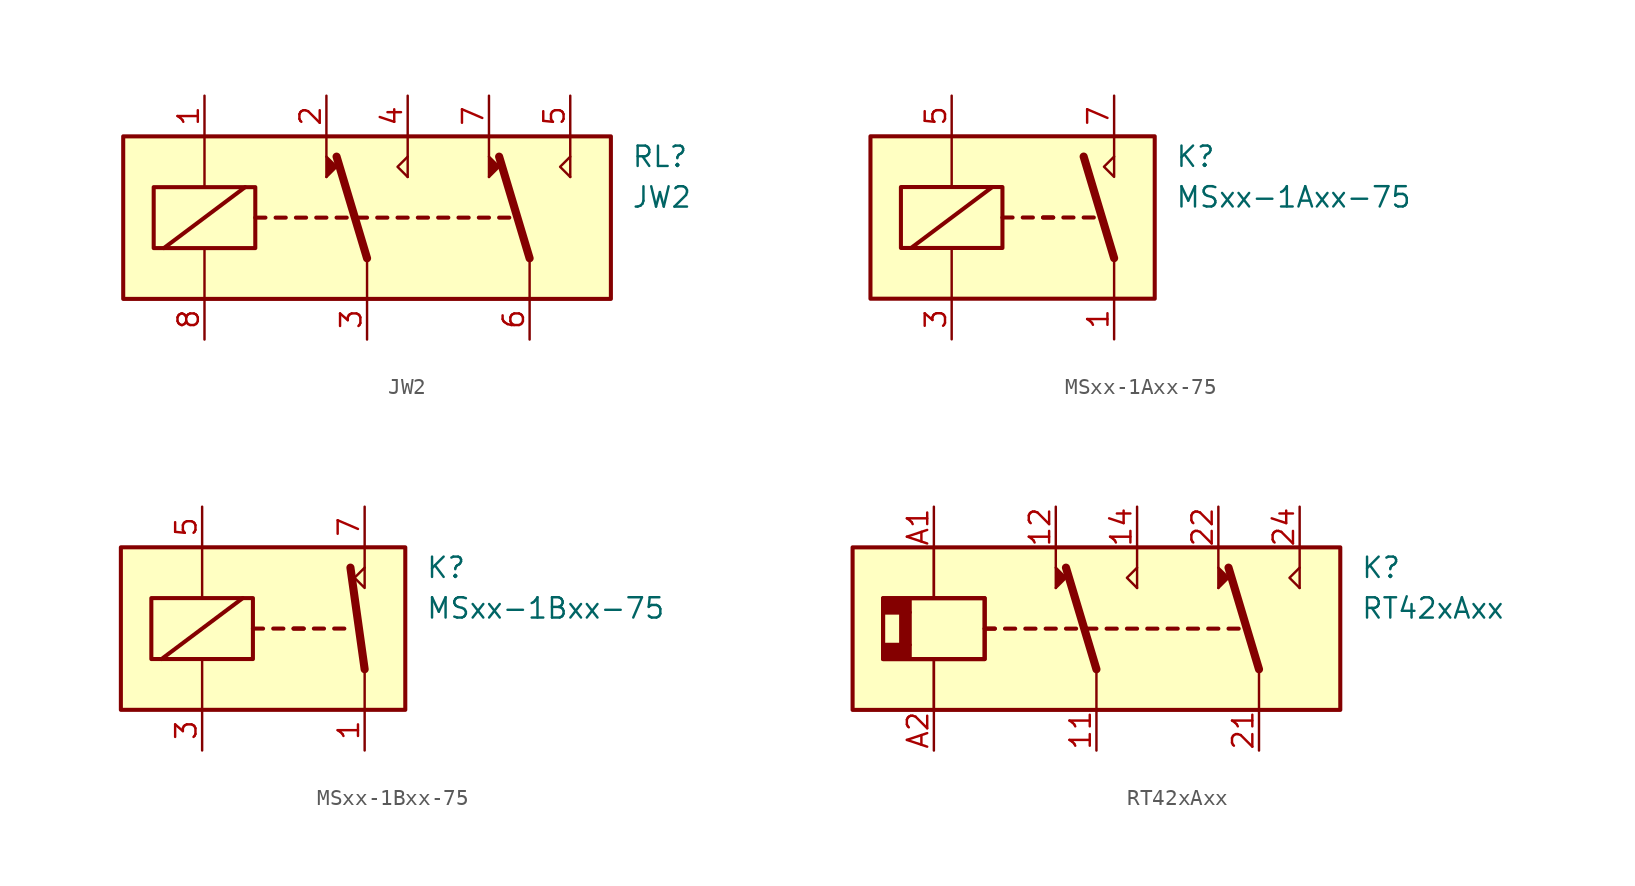
<source format=kicad_sym>
(kicad_symbol_lib
  (version 20201005)
  (generator kicad_symbol_editor)
  (symbol "JW2"
    (pin_names
      (offset 1.016))
    (property "Reference" "RL"
      (at 16.51 3.81 0)
      (effects (font (size 1.27 1.27)) (justify left)))
    (property "Value" "JW2"
      (at 16.51 1.27 0)
      (effects (font (size 1.27 1.27)) (justify left)))
    (symbol "JW2_0_1"
      (rectangle (start -15.24 5.08) (end 15.24 -5.08) (stroke (width 0.254)) (fill (type background)))
      (rectangle (start -13.335 1.905) (end -6.985 -1.905) (stroke (width 0.254)) (fill (type none)))
      (polyline (pts (xy -12.7 -1.905) (xy -7.62 1.905)) (stroke (width 0.254)) (fill (type none)))
      (polyline (pts (xy -10.16 -5.08) (xy -10.16 -1.905)) (stroke (width 0)) (fill (type none)))
      (polyline (pts (xy -10.16 5.08) (xy -10.16 1.905)) (stroke (width 0)) (fill (type none)))
      (polyline (pts (xy -6.985 0) (xy -6.35 0)) (stroke (width 0.254)) (fill (type none)))
      (polyline (pts (xy -5.715 0) (xy -5.08 0)) (stroke (width 0.254)) (fill (type none)))
      (polyline (pts (xy -4.445 0) (xy -3.81 0)) (stroke (width 0.254)) (fill (type none)))
      (polyline (pts (xy -3.175 0) (xy -2.54 0)) (stroke (width 0.254)) (fill (type none)))
      (polyline (pts (xy -2.54 2.54) (xy -2.54 5.08)) (stroke (width 0)) (fill (type none)))
      (polyline (pts (xy -1.905 0) (xy -1.27 0)) (stroke (width 0.254)) (fill (type none)))
      (polyline (pts (xy -0.635 0) (xy 0 0)) (stroke (width 0.254)) (fill (type none)))
      (polyline (pts (xy 0 -2.54) (xy -1.905 3.81)) (stroke (width 0.508)) (fill (type none)))
      (polyline (pts (xy 0 -2.54) (xy 0 -5.08)) (stroke (width 0)) (fill (type none)))
      (polyline (pts (xy 0.635 0) (xy 1.27 0)) (stroke (width 0.254)) (fill (type none)))
      (polyline (pts (xy 1.905 0) (xy 2.54 0)) (stroke (width 0.254)) (fill (type none)))
      (polyline (pts (xy 2.54 2.54) (xy 2.54 5.08)) (stroke (width 0)) (fill (type none)))
      (polyline (pts (xy 3.175 0) (xy 3.81 0)) (stroke (width 0.254)) (fill (type none)))
      (polyline (pts (xy 4.445 0) (xy 5.08 0)) (stroke (width 0.254)) (fill (type none)))
      (polyline (pts (xy 5.715 0) (xy 6.35 0)) (stroke (width 0.254)) (fill (type none)))
      (polyline (pts (xy 6.985 0) (xy 7.62 0)) (stroke (width 0.254)) (fill (type none)))
      (polyline (pts (xy 7.62 2.54) (xy 7.62 5.08)) (stroke (width 0)) (fill (type none)))
      (polyline (pts (xy 8.255 0) (xy 8.89 0)) (stroke (width 0.254)) (fill (type none)))
      (polyline (pts (xy 10.16 -2.54) (xy 8.255 3.81)) (stroke (width 0.508)) (fill (type none)))
      (polyline (pts (xy 10.16 -2.54) (xy 10.16 -5.08)) (stroke (width 0)) (fill (type none)))
      (polyline (pts (xy 12.7 2.54) (xy 12.7 5.08)) (stroke (width 0)) (fill (type none)))
      (polyline (pts (xy -2.54 2.54) (xy -1.905 3.175) (xy -2.54 3.81)) (stroke (width 0)) (fill (type outline)))
      (polyline (pts (xy 2.54 2.54) (xy 1.905 3.175) (xy 2.54 3.81)) (stroke (width 0)) (fill (type none)))
      (polyline (pts (xy 7.62 2.54) (xy 8.255 3.175) (xy 7.62 3.81)) (stroke (width 0)) (fill (type outline)))
      (polyline (pts (xy 12.7 2.54) (xy 12.065 3.175) (xy 12.7 3.81)) (stroke (width 0)) (fill (type none))))
    (symbol "JW2_1_1"
      (pin passive line (at -10.16 7.62 270) (length 2.54) (name "~" (effects (font (size 1.27 1.27)))) (number "1" (effects (font (size 1.27 1.27)))))
      (pin passive line (at -2.54 7.62 270) (length 2.54) (name "~" (effects (font (size 1.27 1.27)))) (number "2" (effects (font (size 1.27 1.27)))))
      (pin passive line (at 0 -7.62 90) (length 2.54) (name "~" (effects (font (size 1.27 1.27)))) (number "3" (effects (font (size 1.27 1.27)))))
      (pin passive line (at 2.54 7.62 270) (length 2.54) (name "~" (effects (font (size 1.27 1.27)))) (number "4" (effects (font (size 1.27 1.27)))))
      (pin passive line (at 12.7 7.62 270) (length 2.54) (name "~" (effects (font (size 1.27 1.27)))) (number "5" (effects (font (size 1.27 1.27)))))
      (pin passive line (at 10.16 -7.62 90) (length 2.54) (name "~" (effects (font (size 1.27 1.27)))) (number "6" (effects (font (size 1.27 1.27)))))
      (pin passive line (at 7.62 7.62 270) (length 2.54) (name "~" (effects (font (size 1.27 1.27)))) (number "7" (effects (font (size 1.27 1.27)))))
      (pin passive line (at -10.16 -7.62 90) (length 2.54) (name "~" (effects (font (size 1.27 1.27)))) (number "8" (effects (font (size 1.27 1.27)))))))
  (symbol "MSxx-1Axx-75"
    (pin_names
      (offset 1.016))
    (property "Reference" "K"
      (at 8.89 3.81 0)
      (effects (font (size 1.27 1.27)) (justify left)))
    (property "Value" "MSxx-1Axx-75"
      (at 8.89 1.27 0)
      (effects (font (size 1.27 1.27)) (justify left)))
    (symbol "MSxx-1Axx-75_0_0"
      (polyline (pts (xy 5.08 3.81) (xy 5.08 5.08)) (stroke (width 0)) (fill (type none)))
      (polyline (pts (xy 5.08 3.81) (xy 5.08 2.54) (xy 4.445 3.175) (xy 5.08 3.81)) (stroke (width 0)) (fill (type none))))
    (symbol "MSxx-1Axx-75_0_1"
      (rectangle (start -10.16 5.08) (end 7.62 -5.08) (stroke (width 0.254)) (fill (type background)))
      (rectangle (start -8.255 1.905) (end -1.905 -1.905) (stroke (width 0.254)) (fill (type none)))
      (polyline (pts (xy -7.62 -1.905) (xy -2.54 1.905)) (stroke (width 0.254)) (fill (type none)))
      (polyline (pts (xy -5.08 -5.08) (xy -5.08 -1.905)) (stroke (width 0)) (fill (type none)))
      (polyline (pts (xy -5.08 5.08) (xy -5.08 1.905)) (stroke (width 0)) (fill (type none)))
      (polyline (pts (xy -1.905 0) (xy -1.27 0)) (stroke (width 0.254)) (fill (type none)))
      (polyline (pts (xy -0.635 0) (xy 0 0)) (stroke (width 0.254)) (fill (type none)))
      (polyline (pts (xy 0.635 0) (xy 1.27 0)) (stroke (width 0.254)) (fill (type none)))
      (polyline (pts (xy 0.635 0) (xy 1.27 0)) (stroke (width 0.254)) (fill (type none)))
      (polyline (pts (xy 1.905 0) (xy 2.54 0)) (stroke (width 0.254)) (fill (type none)))
      (polyline (pts (xy 3.175 0) (xy 3.81 0)) (stroke (width 0.254)) (fill (type none)))
      (polyline (pts (xy 5.08 -2.54) (xy 3.175 3.81)) (stroke (width 0.508)) (fill (type none)))
      (polyline (pts (xy 5.08 -2.54) (xy 5.08 -5.08)) (stroke (width 0)) (fill (type none))))
    (symbol "MSxx-1Axx-75_1_1"
      (pin passive line (at 5.08 -7.62 90) (length 2.54) (name "~" (effects (font (size 1.27 1.27)))) (number "1" (effects (font (size 1.27 1.27)))))
      (pin passive line (at -5.08 -7.62 90) (length 2.54) (name "~" (effects (font (size 1.27 1.27)))) (number "3" (effects (font (size 1.27 1.27)))))
      (pin passive line (at -5.08 7.62 270) (length 2.54) (name "~" (effects (font (size 1.27 1.27)))) (number "5" (effects (font (size 1.27 1.27)))))
      (pin passive line (at 5.08 7.62 270) (length 2.54) (name "~" (effects (font (size 1.27 1.27)))) (number "7" (effects (font (size 1.27 1.27)))))))
  (symbol "MSxx-1Bxx-75"
    (pin_names
      (offset 1.016))
    (property "Reference" "K"
      (at 8.89 3.81 0)
      (effects (font (size 1.27 1.27)) (justify left)))
    (property "Value" "MSxx-1Bxx-75"
      (at 8.89 1.27 0)
      (effects (font (size 1.27 1.27)) (justify left)))
    (symbol "MSxx-1Bxx-75_0_0"
      (polyline (pts (xy 5.08 3.81) (xy 5.08 5.08)) (stroke (width 0)) (fill (type none)))
      (polyline (pts (xy 5.08 3.81) (xy 5.08 2.54) (xy 4.445 3.175) (xy 5.08 3.81)) (stroke (width 0)) (fill (type none))))
    (symbol "MSxx-1Bxx-75_0_1"
      (rectangle (start -10.16 5.08) (end 7.62 -5.08) (stroke (width 0.254)) (fill (type background)))
      (rectangle (start -8.255 1.905) (end -1.905 -1.905) (stroke (width 0.254)) (fill (type none)))
      (polyline (pts (xy -7.62 -1.905) (xy -2.54 1.905)) (stroke (width 0.254)) (fill (type none)))
      (polyline (pts (xy -5.08 -5.08) (xy -5.08 -1.905)) (stroke (width 0)) (fill (type none)))
      (polyline (pts (xy -5.08 5.08) (xy -5.08 1.905)) (stroke (width 0)) (fill (type none)))
      (polyline (pts (xy -1.905 0) (xy -1.27 0)) (stroke (width 0.254)) (fill (type none)))
      (polyline (pts (xy -0.635 0) (xy 0 0)) (stroke (width 0.254)) (fill (type none)))
      (polyline (pts (xy 0.635 0) (xy 1.27 0)) (stroke (width 0.254)) (fill (type none)))
      (polyline (pts (xy 0.635 0) (xy 1.27 0)) (stroke (width 0.254)) (fill (type none)))
      (polyline (pts (xy 1.905 0) (xy 2.54 0)) (stroke (width 0.254)) (fill (type none)))
      (polyline (pts (xy 3.175 0) (xy 3.81 0)) (stroke (width 0.254)) (fill (type none)))
      (polyline (pts (xy 5.08 -2.54) (xy 4.191 3.81)) (stroke (width 0.508)) (fill (type none)))
      (polyline (pts (xy 5.08 -2.54) (xy 5.08 -5.08)) (stroke (width 0)) (fill (type none))))
    (symbol "MSxx-1Bxx-75_1_1"
      (pin passive line (at 5.08 -7.62 90) (length 2.54) (name "~" (effects (font (size 1.27 1.27)))) (number "1" (effects (font (size 1.27 1.27)))))
      (pin passive line (at -5.08 -7.62 90) (length 2.54) (name "~" (effects (font (size 1.27 1.27)))) (number "3" (effects (font (size 1.27 1.27)))))
      (pin passive line (at -5.08 7.62 270) (length 2.54) (name "~" (effects (font (size 1.27 1.27)))) (number "5" (effects (font (size 1.27 1.27)))))
      (pin passive line (at 5.08 7.62 270) (length 2.54) (name "~" (effects (font (size 1.27 1.27)))) (number "7" (effects (font (size 1.27 1.27)))))))
  (symbol "RT42xAxx"
    (pin_names
      (offset 1.016))
    (property "Reference" "K"
      (at 16.51 3.81 0)
      (effects (font (size 1.27 1.27)) (justify left)))
    (property "Value" "RT42xAxx"
      (at 16.51 1.27 0)
      (effects (font (size 1.27 1.27)) (justify left)))
    (symbol "RT42xAxx_0_1"
      (rectangle (start -15.24 5.08) (end 15.24 -5.08) (stroke (width 0.254)) (fill (type background)))
      (rectangle (start -13.335 1.905) (end -6.985 -1.905) (stroke (width 0.254)) (fill (type none)))
      (rectangle (start -13.335 1.905) (end -6.985 -1.905) (stroke (width 0.254)) (fill (type none)))
      (rectangle (start -13.208 -1.016) (end -11.684 -1.778) (stroke (width 0.254)) (fill (type outline)))
      (rectangle (start -13.208 -1.016) (end -11.684 -1.778) (stroke (width 0.254)) (fill (type outline)))
      (rectangle (start -13.208 1.778) (end -11.684 1.016) (stroke (width 0.254)) (fill (type outline)))
      (rectangle (start -13.208 1.778) (end -11.684 1.016) (stroke (width 0.254)) (fill (type outline)))
      (rectangle (start -12.192 -1.016) (end -11.684 1.016) (stroke (width 0.254)) (fill (type outline)))
      (rectangle (start -12.192 -1.016) (end -11.684 1.016) (stroke (width 0.254)) (fill (type outline)))
      (polyline (pts (xy -10.16 -5.08) (xy -10.16 -1.905)) (stroke (width 0)) (fill (type none)))
      (polyline (pts (xy -10.16 -5.08) (xy -10.16 -1.905)) (stroke (width 0)) (fill (type none)))
      (polyline (pts (xy -10.16 5.08) (xy -10.16 1.905)) (stroke (width 0)) (fill (type none)))
      (polyline (pts (xy -10.16 5.08) (xy -10.16 1.905)) (stroke (width 0)) (fill (type none)))
      (polyline (pts (xy -6.985 0) (xy -6.35 0)) (stroke (width 0.254)) (fill (type none)))
      (polyline (pts (xy -6.985 0) (xy -6.35 0)) (stroke (width 0.254)) (fill (type none)))
      (polyline (pts (xy -5.715 0) (xy -5.08 0)) (stroke (width 0.254)) (fill (type none)))
      (polyline (pts (xy -4.445 0) (xy -3.81 0)) (stroke (width 0.254)) (fill (type none)))
      (polyline (pts (xy -3.175 0) (xy -2.54 0)) (stroke (width 0.254)) (fill (type none)))
      (polyline (pts (xy -2.54 2.54) (xy -2.54 5.08)) (stroke (width 0)) (fill (type none)))
      (polyline (pts (xy -1.905 0) (xy -1.27 0)) (stroke (width 0.254)) (fill (type none)))
      (polyline (pts (xy -0.635 0) (xy 0 0)) (stroke (width 0.254)) (fill (type none)))
      (polyline (pts (xy 0 -2.54) (xy -1.905 3.81)) (stroke (width 0.508)) (fill (type none)))
      (polyline (pts (xy 0 -2.54) (xy 0 -5.08)) (stroke (width 0)) (fill (type none)))
      (polyline (pts (xy 0.635 0) (xy 1.27 0)) (stroke (width 0.254)) (fill (type none)))
      (polyline (pts (xy 1.905 0) (xy 2.54 0)) (stroke (width 0.254)) (fill (type none)))
      (polyline (pts (xy 2.54 2.54) (xy 2.54 5.08)) (stroke (width 0)) (fill (type none)))
      (polyline (pts (xy 3.175 0) (xy 3.81 0)) (stroke (width 0.254)) (fill (type none)))
      (polyline (pts (xy 4.445 0) (xy 5.08 0)) (stroke (width 0.254)) (fill (type none)))
      (polyline (pts (xy 5.715 0) (xy 6.35 0)) (stroke (width 0.254)) (fill (type none)))
      (polyline (pts (xy 6.985 0) (xy 7.62 0)) (stroke (width 0.254)) (fill (type none)))
      (polyline (pts (xy 7.62 2.54) (xy 7.62 5.08)) (stroke (width 0)) (fill (type none)))
      (polyline (pts (xy 8.255 0) (xy 8.89 0)) (stroke (width 0.254)) (fill (type none)))
      (polyline (pts (xy 10.16 -2.54) (xy 8.255 3.81)) (stroke (width 0.508)) (fill (type none)))
      (polyline (pts (xy 10.16 -2.54) (xy 10.16 -5.08)) (stroke (width 0)) (fill (type none)))
      (polyline (pts (xy 12.7 2.54) (xy 12.7 5.08)) (stroke (width 0)) (fill (type none)))
      (polyline (pts (xy -2.54 2.54) (xy -1.905 3.175) (xy -2.54 3.81)) (stroke (width 0)) (fill (type outline)))
      (polyline (pts (xy 2.54 2.54) (xy 1.905 3.175) (xy 2.54 3.81)) (stroke (width 0)) (fill (type none)))
      (polyline (pts (xy 7.62 2.54) (xy 8.255 3.175) (xy 7.62 3.81)) (stroke (width 0)) (fill (type outline)))
      (polyline (pts (xy 12.7 2.54) (xy 12.065 3.175) (xy 12.7 3.81)) (stroke (width 0)) (fill (type none))))
    (symbol "RT42xAxx_1_1"
      (pin passive line (at 0 -7.62 90) (length 2.54) (name "~" (effects (font (size 1.27 1.27)))) (number "11" (effects (font (size 1.27 1.27)))))
      (pin passive line (at -2.54 7.62 270) (length 2.54) (name "~" (effects (font (size 1.27 1.27)))) (number "12" (effects (font (size 1.27 1.27)))))
      (pin passive line (at 2.54 7.62 270) (length 2.54) (name "~" (effects (font (size 1.27 1.27)))) (number "14" (effects (font (size 1.27 1.27)))))
      (pin passive line (at 10.16 -7.62 90) (length 2.54) (name "~" (effects (font (size 1.27 1.27)))) (number "21" (effects (font (size 1.27 1.27)))))
      (pin passive line (at 7.62 7.62 270) (length 2.54) (name "~" (effects (font (size 1.27 1.27)))) (number "22" (effects (font (size 1.27 1.27)))))
      (pin passive line (at 12.7 7.62 270) (length 2.54) (name "~" (effects (font (size 1.27 1.27)))) (number "24" (effects (font (size 1.27 1.27)))))
      (pin passive line (at -10.16 7.62 270) (length 2.54) (name "~" (effects (font (size 1.27 1.27)))) (number "A1" (effects (font (size 1.27 1.27)))))
      (pin passive line (at -10.16 -7.62 90) (length 2.54) (name "~" (effects (font (size 1.27 1.27)))) (number "A2" (effects (font (size 1.27 1.27))))))))
</source>
